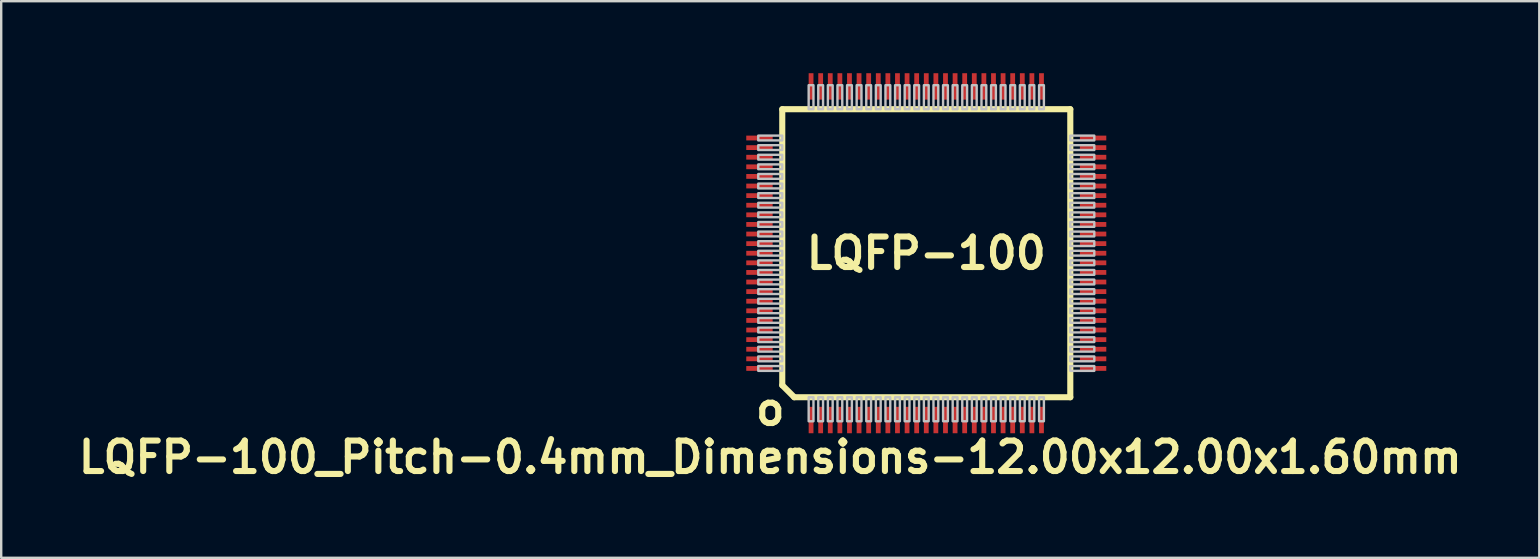
<source format=kicad_pcb>
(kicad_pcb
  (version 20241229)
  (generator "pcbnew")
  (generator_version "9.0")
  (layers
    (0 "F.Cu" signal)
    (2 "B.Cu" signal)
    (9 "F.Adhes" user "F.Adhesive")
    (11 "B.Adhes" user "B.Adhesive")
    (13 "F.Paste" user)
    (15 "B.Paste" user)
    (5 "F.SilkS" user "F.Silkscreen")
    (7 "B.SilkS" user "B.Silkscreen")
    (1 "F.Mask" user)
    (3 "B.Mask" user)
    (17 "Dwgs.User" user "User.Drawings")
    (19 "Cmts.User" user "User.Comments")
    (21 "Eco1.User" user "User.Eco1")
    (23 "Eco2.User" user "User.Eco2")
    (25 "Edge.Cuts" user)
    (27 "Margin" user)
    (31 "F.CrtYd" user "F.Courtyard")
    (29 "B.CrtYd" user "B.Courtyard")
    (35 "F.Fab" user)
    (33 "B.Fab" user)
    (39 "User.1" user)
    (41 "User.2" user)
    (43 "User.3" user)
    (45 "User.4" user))
  (footprint "LQFP-100_Pitch-0.4mm_Dimensions-12.00x12.00x1.60mm"
    (layer "F.Cu")
    (at 35.541 7.5)
    (property "Reference" "LQFP-100_Pitch-0.4mm_Dimensions-12.00x12.00x1.60mm" (at -6.5 8.5 0) (layer "F.SilkS") (effects (font (size 1.27 1.27) (thickness 0.254))))
    (attr smd)
    (fp_line (start -6 -6) (end 6 -6) (stroke (width 0.254) (type solid)) (layer "F.SilkS"))
    (fp_line (start -6 5.5) (end -6 -6) (stroke (width 0.254) (type solid)) (layer "F.SilkS"))
    (fp_line (start -6 5.5) (end -5.5 6) (stroke (width 0.254) (type solid)) (layer "F.SilkS"))
    (fp_line (start 6 -6) (end 6 6) (stroke (width 0.254) (type solid)) (layer "F.SilkS"))
    (fp_line (start 6 6) (end -5.5 6) (stroke (width 0.254) (type solid)) (layer "F.SilkS"))
    (fp_poly (pts (xy -7 -4.7) (xy -7 -4.9) (xy -6 -4.9) (xy -6 -4.7)) (stroke (width 0.1) (type solid)) (fill no) (layer "Dwgs.User"))
    (fp_poly (pts (xy -7 -4.3) (xy -7 -4.5) (xy -6 -4.5) (xy -6 -4.3)) (stroke (width 0.1) (type solid)) (fill no) (layer "Dwgs.User"))
    (fp_poly (pts (xy -7 -3.9) (xy -7 -4.1) (xy -6 -4.1) (xy -6 -3.9)) (stroke (width 0.1) (type solid)) (fill no) (layer "Dwgs.User"))
    (fp_poly (pts (xy -7 -3.5) (xy -7 -3.7) (xy -6 -3.7) (xy -6 -3.5)) (stroke (width 0.1) (type solid)) (fill no) (layer "Dwgs.User"))
    (fp_poly (pts (xy -7 -3.1) (xy -7 -3.3) (xy -6 -3.3) (xy -6 -3.1)) (stroke (width 0.1) (type solid)) (fill no) (layer "Dwgs.User"))
    (fp_poly (pts (xy -7 -2.7) (xy -7 -2.9) (xy -6 -2.9) (xy -6 -2.7)) (stroke (width 0.1) (type solid)) (fill no) (layer "Dwgs.User"))
    (fp_poly (pts (xy -7 -2.3) (xy -7 -2.5) (xy -6 -2.5) (xy -6 -2.3)) (stroke (width 0.1) (type solid)) (fill no) (layer "Dwgs.User"))
    (fp_poly (pts (xy -7 -1.9) (xy -7 -2.1) (xy -6 -2.1) (xy -6 -1.9)) (stroke (width 0.1) (type solid)) (fill no) (layer "Dwgs.User"))
    (fp_poly (pts (xy -7 -1.5) (xy -7 -1.7) (xy -6 -1.7) (xy -6 -1.5)) (stroke (width 0.1) (type solid)) (fill no) (layer "Dwgs.User"))
    (fp_poly (pts (xy -7 -1.1) (xy -7 -1.3) (xy -6 -1.3) (xy -6 -1.1)) (stroke (width 0.1) (type solid)) (fill no) (layer "Dwgs.User"))
    (fp_poly (pts (xy -7 -0.7) (xy -7 -0.9) (xy -6 -0.9) (xy -6 -0.7)) (stroke (width 0.1) (type solid)) (fill no) (layer "Dwgs.User"))
    (fp_poly (pts (xy -7 -0.3) (xy -7 -0.5) (xy -6 -0.5) (xy -6 -0.3)) (stroke (width 0.1) (type solid)) (fill no) (layer "Dwgs.User"))
    (fp_poly (pts (xy -7 0.1) (xy -7 -0.1) (xy -6 -0.1) (xy -6 0.1)) (stroke (width 0.1) (type solid)) (fill no) (layer "Dwgs.User"))
    (fp_poly (pts (xy -7 0.5) (xy -7 0.3) (xy -6 0.3) (xy -6 0.5)) (stroke (width 0.1) (type solid)) (fill no) (layer "Dwgs.User"))
    (fp_poly (pts (xy -7 0.9) (xy -7 0.7) (xy -6 0.7) (xy -6 0.9)) (stroke (width 0.1) (type solid)) (fill no) (layer "Dwgs.User"))
    (fp_poly (pts (xy -7 1.3) (xy -7 1.1) (xy -6 1.1) (xy -6 1.3)) (stroke (width 0.1) (type solid)) (fill no) (layer "Dwgs.User"))
    (fp_poly (pts (xy -7 1.7) (xy -7 1.5) (xy -6 1.5) (xy -6 1.7)) (stroke (width 0.1) (type solid)) (fill no) (layer "Dwgs.User"))
    (fp_poly (pts (xy -7 2.1) (xy -7 1.9) (xy -6 1.9) (xy -6 2.1)) (stroke (width 0.1) (type solid)) (fill no) (layer "Dwgs.User"))
    (fp_poly (pts (xy -7 2.5) (xy -7 2.3) (xy -6 2.3) (xy -6 2.5)) (stroke (width 0.1) (type solid)) (fill no) (layer "Dwgs.User"))
    (fp_poly (pts (xy -7 2.9) (xy -7 2.7) (xy -6 2.7) (xy -6 2.9)) (stroke (width 0.1) (type solid)) (fill no) (layer "Dwgs.User"))
    (fp_poly (pts (xy -7 3.3) (xy -7 3.1) (xy -6 3.1) (xy -6 3.3)) (stroke (width 0.1) (type solid)) (fill no) (layer "Dwgs.User"))
    (fp_poly (pts (xy -7 3.7) (xy -7 3.5) (xy -6 3.5) (xy -6 3.7)) (stroke (width 0.1) (type solid)) (fill no) (layer "Dwgs.User"))
    (fp_poly (pts (xy -7 4.1) (xy -7 3.9) (xy -6 3.9) (xy -6 4.1)) (stroke (width 0.1) (type solid)) (fill no) (layer "Dwgs.User"))
    (fp_poly (pts (xy -7 4.5) (xy -7 4.3) (xy -6 4.3) (xy -6 4.5)) (stroke (width 0.1) (type solid)) (fill no) (layer "Dwgs.User"))
    (fp_poly (pts (xy -7 4.9) (xy -7 4.7) (xy -6 4.7) (xy -6 4.9)) (stroke (width 0.1) (type solid)) (fill no) (layer "Dwgs.User"))
    (fp_poly (pts (xy -4.9 -7) (xy -4.7 -7) (xy -4.7 -6) (xy -4.9 -6)) (stroke (width 0.1) (type solid)) (fill no) (layer "Dwgs.User"))
    (fp_poly (pts (xy -4.7 7) (xy -4.9 7) (xy -4.9 6) (xy -4.7 6)) (stroke (width 0.1) (type solid)) (fill no) (layer "Dwgs.User"))
    (fp_poly (pts (xy -4.5 -7) (xy -4.3 -7) (xy -4.3 -6) (xy -4.5 -6)) (stroke (width 0.1) (type solid)) (fill no) (layer "Dwgs.User"))
    (fp_poly (pts (xy -4.3 7) (xy -4.5 7) (xy -4.5 6) (xy -4.3 6)) (stroke (width 0.1) (type solid)) (fill no) (layer "Dwgs.User"))
    (fp_poly (pts (xy -4.1 -7) (xy -3.9 -7) (xy -3.9 -6) (xy -4.1 -6)) (stroke (width 0.1) (type solid)) (fill no) (layer "Dwgs.User"))
    (fp_poly (pts (xy -3.9 7) (xy -4.1 7) (xy -4.1 6) (xy -3.9 6)) (stroke (width 0.1) (type solid)) (fill no) (layer "Dwgs.User"))
    (fp_poly (pts (xy -3.7 -7) (xy -3.5 -7) (xy -3.5 -6) (xy -3.7 -6)) (stroke (width 0.1) (type solid)) (fill no) (layer "Dwgs.User"))
    (fp_poly (pts (xy -3.5 7) (xy -3.7 7) (xy -3.7 6) (xy -3.5 6)) (stroke (width 0.1) (type solid)) (fill no) (layer "Dwgs.User"))
    (fp_poly (pts (xy -3.3 -7) (xy -3.1 -7) (xy -3.1 -6) (xy -3.3 -6)) (stroke (width 0.1) (type solid)) (fill no) (layer "Dwgs.User"))
    (fp_poly (pts (xy -3.1 7) (xy -3.3 7) (xy -3.3 6) (xy -3.1 6)) (stroke (width 0.1) (type solid)) (fill no) (layer "Dwgs.User"))
    (fp_poly (pts (xy -2.9 -7) (xy -2.7 -7) (xy -2.7 -6) (xy -2.9 -6)) (stroke (width 0.1) (type solid)) (fill no) (layer "Dwgs.User"))
    (fp_poly (pts (xy -2.7 7) (xy -2.9 7) (xy -2.9 6) (xy -2.7 6)) (stroke (width 0.1) (type solid)) (fill no) (layer "Dwgs.User"))
    (fp_poly (pts (xy -2.5 -7) (xy -2.3 -7) (xy -2.3 -6) (xy -2.5 -6)) (stroke (width 0.1) (type solid)) (fill no) (layer "Dwgs.User"))
    (fp_poly (pts (xy -2.3 7) (xy -2.5 7) (xy -2.5 6) (xy -2.3 6)) (stroke (width 0.1) (type solid)) (fill no) (layer "Dwgs.User"))
    (fp_poly (pts (xy -2.1 -7) (xy -1.9 -7) (xy -1.9 -6) (xy -2.1 -6)) (stroke (width 0.1) (type solid)) (fill no) (layer "Dwgs.User"))
    (fp_poly (pts (xy -1.9 7) (xy -2.1 7) (xy -2.1 6) (xy -1.9 6)) (stroke (width 0.1) (type solid)) (fill no) (layer "Dwgs.User"))
    (fp_poly (pts (xy -1.7 -7) (xy -1.5 -7) (xy -1.5 -6) (xy -1.7 -6)) (stroke (width 0.1) (type solid)) (fill no) (layer "Dwgs.User"))
    (fp_poly (pts (xy -1.5 7) (xy -1.7 7) (xy -1.7 6) (xy -1.5 6)) (stroke (width 0.1) (type solid)) (fill no) (layer "Dwgs.User"))
    (fp_poly (pts (xy -1.3 -7) (xy -1.1 -7) (xy -1.1 -6) (xy -1.3 -6)) (stroke (width 0.1) (type solid)) (fill no) (layer "Dwgs.User"))
    (fp_poly (pts (xy -1.1 7) (xy -1.3 7) (xy -1.3 6) (xy -1.1 6)) (stroke (width 0.1) (type solid)) (fill no) (layer "Dwgs.User"))
    (fp_poly (pts (xy -0.9 -7) (xy -0.7 -7) (xy -0.7 -6) (xy -0.9 -6)) (stroke (width 0.1) (type solid)) (fill no) (layer "Dwgs.User"))
    (fp_poly (pts (xy -0.7 7) (xy -0.9 7) (xy -0.9 6) (xy -0.7 6)) (stroke (width 0.1) (type solid)) (fill no) (layer "Dwgs.User"))
    (fp_poly (pts (xy -0.5 -7) (xy -0.3 -7) (xy -0.3 -6) (xy -0.5 -6)) (stroke (width 0.1) (type solid)) (fill no) (layer "Dwgs.User"))
    (fp_poly (pts (xy -0.3 7) (xy -0.5 7) (xy -0.5 6) (xy -0.3 6)) (stroke (width 0.1) (type solid)) (fill no) (layer "Dwgs.User"))
    (fp_poly (pts (xy -0.1 -7) (xy 0.1 -7) (xy 0.1 -6) (xy -0.1 -6)) (stroke (width 0.1) (type solid)) (fill no) (layer "Dwgs.User"))
    (fp_poly (pts (xy 0.1 7) (xy -0.1 7) (xy -0.1 6) (xy 0.1 6)) (stroke (width 0.1) (type solid)) (fill no) (layer "Dwgs.User"))
    (fp_poly (pts (xy 0.3 -7) (xy 0.5 -7) (xy 0.5 -6) (xy 0.3 -6)) (stroke (width 0.1) (type solid)) (fill no) (layer "Dwgs.User"))
    (fp_poly (pts (xy 0.5 7) (xy 0.3 7) (xy 0.3 6) (xy 0.5 6)) (stroke (width 0.1) (type solid)) (fill no) (layer "Dwgs.User"))
    (fp_poly (pts (xy 0.7 -7) (xy 0.9 -7) (xy 0.9 -6) (xy 0.7 -6)) (stroke (width 0.1) (type solid)) (fill no) (layer "Dwgs.User"))
    (fp_poly (pts (xy 0.9 7) (xy 0.7 7) (xy 0.7 6) (xy 0.9 6)) (stroke (width 0.1) (type solid)) (fill no) (layer "Dwgs.User"))
    (fp_poly (pts (xy 1.1 -7) (xy 1.3 -7) (xy 1.3 -6) (xy 1.1 -6)) (stroke (width 0.1) (type solid)) (fill no) (layer "Dwgs.User"))
    (fp_poly (pts (xy 1.3 7) (xy 1.1 7) (xy 1.1 6) (xy 1.3 6)) (stroke (width 0.1) (type solid)) (fill no) (layer "Dwgs.User"))
    (fp_poly (pts (xy 1.5 -7) (xy 1.7 -7) (xy 1.7 -6) (xy 1.5 -6)) (stroke (width 0.1) (type solid)) (fill no) (layer "Dwgs.User"))
    (fp_poly (pts (xy 1.7 7) (xy 1.5 7) (xy 1.5 6) (xy 1.7 6)) (stroke (width 0.1) (type solid)) (fill no) (layer "Dwgs.User"))
    (fp_poly (pts (xy 1.9 -7) (xy 2.1 -7) (xy 2.1 -6) (xy 1.9 -6)) (stroke (width 0.1) (type solid)) (fill no) (layer "Dwgs.User"))
    (fp_poly (pts (xy 2.1 7) (xy 1.9 7) (xy 1.9 6) (xy 2.1 6)) (stroke (width 0.1) (type solid)) (fill no) (layer "Dwgs.User"))
    (fp_poly (pts (xy 2.3 -7) (xy 2.5 -7) (xy 2.5 -6) (xy 2.3 -6)) (stroke (width 0.1) (type solid)) (fill no) (layer "Dwgs.User"))
    (fp_poly (pts (xy 2.5 7) (xy 2.3 7) (xy 2.3 6) (xy 2.5 6)) (stroke (width 0.1) (type solid)) (fill no) (layer "Dwgs.User"))
    (fp_poly (pts (xy 2.7 -7) (xy 2.9 -7) (xy 2.9 -6) (xy 2.7 -6)) (stroke (width 0.1) (type solid)) (fill no) (layer "Dwgs.User"))
    (fp_poly (pts (xy 2.9 7) (xy 2.7 7) (xy 2.7 6) (xy 2.9 6)) (stroke (width 0.1) (type solid)) (fill no) (layer "Dwgs.User"))
    (fp_poly (pts (xy 3.1 -7) (xy 3.3 -7) (xy 3.3 -6) (xy 3.1 -6)) (stroke (width 0.1) (type solid)) (fill no) (layer "Dwgs.User"))
    (fp_poly (pts (xy 3.3 7) (xy 3.1 7) (xy 3.1 6) (xy 3.3 6)) (stroke (width 0.1) (type solid)) (fill no) (layer "Dwgs.User"))
    (fp_poly (pts (xy 3.5 -7) (xy 3.7 -7) (xy 3.7 -6) (xy 3.5 -6)) (stroke (width 0.1) (type solid)) (fill no) (layer "Dwgs.User"))
    (fp_poly (pts (xy 3.7 7) (xy 3.5 7) (xy 3.5 6) (xy 3.7 6)) (stroke (width 0.1) (type solid)) (fill no) (layer "Dwgs.User"))
    (fp_poly (pts (xy 3.9 -7) (xy 4.1 -7) (xy 4.1 -6) (xy 3.9 -6)) (stroke (width 0.1) (type solid)) (fill no) (layer "Dwgs.User"))
    (fp_poly (pts (xy 4.1 7) (xy 3.9 7) (xy 3.9 6) (xy 4.1 6)) (stroke (width 0.1) (type solid)) (fill no) (layer "Dwgs.User"))
    (fp_poly (pts (xy 4.3 -7) (xy 4.5 -7) (xy 4.5 -6) (xy 4.3 -6)) (stroke (width 0.1) (type solid)) (fill no) (layer "Dwgs.User"))
    (fp_poly (pts (xy 4.5 7) (xy 4.3 7) (xy 4.3 6) (xy 4.5 6)) (stroke (width 0.1) (type solid)) (fill no) (layer "Dwgs.User"))
    (fp_poly (pts (xy 4.7 -7) (xy 4.9 -7) (xy 4.9 -6) (xy 4.7 -6)) (stroke (width 0.1) (type solid)) (fill no) (layer "Dwgs.User"))
    (fp_poly (pts (xy 4.9 7) (xy 4.7 7) (xy 4.7 6) (xy 4.9 6)) (stroke (width 0.1) (type solid)) (fill no) (layer "Dwgs.User"))
    (fp_poly (pts (xy 7 -4.9) (xy 7 -4.7) (xy 6 -4.7) (xy 6 -4.9)) (stroke (width 0.1) (type solid)) (fill no) (layer "Dwgs.User"))
    (fp_poly (pts (xy 7 -4.5) (xy 7 -4.3) (xy 6 -4.3) (xy 6 -4.5)) (stroke (width 0.1) (type solid)) (fill no) (layer "Dwgs.User"))
    (fp_poly (pts (xy 7 -4.1) (xy 7 -3.9) (xy 6 -3.9) (xy 6 -4.1)) (stroke (width 0.1) (type solid)) (fill no) (layer "Dwgs.User"))
    (fp_poly (pts (xy 7 -3.7) (xy 7 -3.5) (xy 6 -3.5) (xy 6 -3.7)) (stroke (width 0.1) (type solid)) (fill no) (layer "Dwgs.User"))
    (fp_poly (pts (xy 7 -3.3) (xy 7 -3.1) (xy 6 -3.1) (xy 6 -3.3)) (stroke (width 0.1) (type solid)) (fill no) (layer "Dwgs.User"))
    (fp_poly (pts (xy 7 -2.9) (xy 7 -2.7) (xy 6 -2.7) (xy 6 -2.9)) (stroke (width 0.1) (type solid)) (fill no) (layer "Dwgs.User"))
    (fp_poly (pts (xy 7 -2.5) (xy 7 -2.3) (xy 6 -2.3) (xy 6 -2.5)) (stroke (width 0.1) (type solid)) (fill no) (layer "Dwgs.User"))
    (fp_poly (pts (xy 7 -2.1) (xy 7 -1.9) (xy 6 -1.9) (xy 6 -2.1)) (stroke (width 0.1) (type solid)) (fill no) (layer "Dwgs.User"))
    (fp_poly (pts (xy 7 -1.7) (xy 7 -1.5) (xy 6 -1.5) (xy 6 -1.7)) (stroke (width 0.1) (type solid)) (fill no) (layer "Dwgs.User"))
    (fp_poly (pts (xy 7 -1.3) (xy 7 -1.1) (xy 6 -1.1) (xy 6 -1.3)) (stroke (width 0.1) (type solid)) (fill no) (layer "Dwgs.User"))
    (fp_poly (pts (xy 7 -0.9) (xy 7 -0.7) (xy 6 -0.7) (xy 6 -0.9)) (stroke (width 0.1) (type solid)) (fill no) (layer "Dwgs.User"))
    (fp_poly (pts (xy 7 -0.5) (xy 7 -0.3) (xy 6 -0.3) (xy 6 -0.5)) (stroke (width 0.1) (type solid)) (fill no) (layer "Dwgs.User"))
    (fp_poly (pts (xy 7 -0.1) (xy 7 0.1) (xy 6 0.1) (xy 6 -0.1)) (stroke (width 0.1) (type solid)) (fill no) (layer "Dwgs.User"))
    (fp_poly (pts (xy 7 0.3) (xy 7 0.5) (xy 6 0.5) (xy 6 0.3)) (stroke (width 0.1) (type solid)) (fill no) (layer "Dwgs.User"))
    (fp_poly (pts (xy 7 0.7) (xy 7 0.9) (xy 6 0.9) (xy 6 0.7)) (stroke (width 0.1) (type solid)) (fill no) (layer "Dwgs.User"))
    (fp_poly (pts (xy 7 1.1) (xy 7 1.3) (xy 6 1.3) (xy 6 1.1)) (stroke (width 0.1) (type solid)) (fill no) (layer "Dwgs.User"))
    (fp_poly (pts (xy 7 1.5) (xy 7 1.7) (xy 6 1.7) (xy 6 1.5)) (stroke (width 0.1) (type solid)) (fill no) (layer "Dwgs.User"))
    (fp_poly (pts (xy 7 1.9) (xy 7 2.1) (xy 6 2.1) (xy 6 1.9)) (stroke (width 0.1) (type solid)) (fill no) (layer "Dwgs.User"))
    (fp_poly (pts (xy 7 2.3) (xy 7 2.5) (xy 6 2.5) (xy 6 2.3)) (stroke (width 0.1) (type solid)) (fill no) (layer "Dwgs.User"))
    (fp_poly (pts (xy 7 2.7) (xy 7 2.9) (xy 6 2.9) (xy 6 2.7)) (stroke (width 0.1) (type solid)) (fill no) (layer "Dwgs.User"))
    (fp_poly (pts (xy 7 3.1) (xy 7 3.3) (xy 6 3.3) (xy 6 3.1)) (stroke (width 0.1) (type solid)) (fill no) (layer "Dwgs.User"))
    (fp_poly (pts (xy 7 3.5) (xy 7 3.7) (xy 6 3.7) (xy 6 3.5)) (stroke (width 0.1) (type solid)) (fill no) (layer "Dwgs.User"))
    (fp_poly (pts (xy 7 3.9) (xy 7 4.1) (xy 6 4.1) (xy 6 3.9)) (stroke (width 0.1) (type solid)) (fill no) (layer "Dwgs.User"))
    (fp_poly (pts (xy 7 4.3) (xy 7 4.5) (xy 6 4.5) (xy 6 4.3)) (stroke (width 0.1) (type solid)) (fill no) (layer "Dwgs.User"))
    (fp_poly (pts (xy 7 4.7) (xy 7 4.9) (xy 6 4.9) (xy 6 4.7)) (stroke (width 0.1) (type solid)) (fill no) (layer "Dwgs.User"))
    (fp_text user "LQFP-100" (at 0 0 0) (layer "F.SilkS") (effects (font (size 1.27 1.27) (thickness 0.254))))
    (fp_text user "o" (at -6.5 6.5 0) (layer "F.SilkS") (effects (font (size 1.27 1.27) (thickness 0.254))))
    (pad "1" smd rect (at -4.8 6.95) (size 0.2 1.1) (layers "F.Cu" "F.Mask" "F.Paste"))
    (pad "2" smd rect (at -4.4 6.95) (size 0.2 1.1) (layers "F.Cu" "F.Mask" "F.Paste"))
    (pad "3" smd rect (at -4 6.95) (size 0.2 1.1) (layers "F.Cu" "F.Mask" "F.Paste"))
    (pad "4" smd rect (at -3.6 6.95) (size 0.2 1.1) (layers "F.Cu" "F.Mask" "F.Paste"))
    (pad "5" smd rect (at -3.2 6.95) (size 0.2 1.1) (layers "F.Cu" "F.Mask" "F.Paste"))
    (pad "6" smd rect (at -2.8 6.95) (size 0.2 1.1) (layers "F.Cu" "F.Mask" "F.Paste"))
    (pad "7" smd rect (at -2.4 6.95) (size 0.2 1.1) (layers "F.Cu" "F.Mask" "F.Paste"))
    (pad "8" smd rect (at -2 6.95) (size 0.2 1.1) (layers "F.Cu" "F.Mask" "F.Paste"))
    (pad "9" smd rect (at -1.6 6.95) (size 0.2 1.1) (layers "F.Cu" "F.Mask" "F.Paste"))
    (pad "10" smd rect (at -1.2 6.95) (size 0.2 1.1) (layers "F.Cu" "F.Mask" "F.Paste"))
    (pad "11" smd rect (at -0.8 6.95) (size 0.2 1.1) (layers "F.Cu" "F.Mask" "F.Paste"))
    (pad "12" smd rect (at -0.4 6.95) (size 0.2 1.1) (layers "F.Cu" "F.Mask" "F.Paste"))
    (pad "13" smd rect (at 0 6.95) (size 0.2 1.1) (layers "F.Cu" "F.Mask" "F.Paste"))
    (pad "14" smd rect (at 0.4 6.95) (size 0.2 1.1) (layers "F.Cu" "F.Mask" "F.Paste"))
    (pad "15" smd rect (at 0.8 6.95) (size 0.2 1.1) (layers "F.Cu" "F.Mask" "F.Paste"))
    (pad "16" smd rect (at 1.2 6.95) (size 0.2 1.1) (layers "F.Cu" "F.Mask" "F.Paste"))
    (pad "17" smd rect (at 1.6 6.95) (size 0.2 1.1) (layers "F.Cu" "F.Mask" "F.Paste"))
    (pad "18" smd rect (at 2 6.95) (size 0.2 1.1) (layers "F.Cu" "F.Mask" "F.Paste"))
    (pad "19" smd rect (at 2.4 6.95) (size 0.2 1.1) (layers "F.Cu" "F.Mask" "F.Paste"))
    (pad "20" smd rect (at 2.8 6.95) (size 0.2 1.1) (layers "F.Cu" "F.Mask" "F.Paste"))
    (pad "21" smd rect (at 3.2 6.95) (size 0.2 1.1) (layers "F.Cu" "F.Mask" "F.Paste"))
    (pad "22" smd rect (at 3.6 6.95) (size 0.2 1.1) (layers "F.Cu" "F.Mask" "F.Paste"))
    (pad "23" smd rect (at 4 6.95) (size 0.2 1.1) (layers "F.Cu" "F.Mask" "F.Paste"))
    (pad "24" smd rect (at 4.4 6.95) (size 0.2 1.1) (layers "F.Cu" "F.Mask" "F.Paste"))
    (pad "25" smd rect (at 4.8 6.95) (size 0.2 1.1) (layers "F.Cu" "F.Mask" "F.Paste"))
    (pad "26" smd rect (at 6.95 4.8 90) (size 0.2 1.1) (layers "F.Cu" "F.Mask" "F.Paste"))
    (pad "27" smd rect (at 6.95 4.4 90) (size 0.2 1.1) (layers "F.Cu" "F.Mask" "F.Paste"))
    (pad "28" smd rect (at 6.95 4 90) (size 0.2 1.1) (layers "F.Cu" "F.Mask" "F.Paste"))
    (pad "29" smd rect (at 6.95 3.6 90) (size 0.2 1.1) (layers "F.Cu" "F.Mask" "F.Paste"))
    (pad "30" smd rect (at 6.95 3.2 90) (size 0.2 1.1) (layers "F.Cu" "F.Mask" "F.Paste"))
    (pad "31" smd rect (at 6.95 2.8 90) (size 0.2 1.1) (layers "F.Cu" "F.Mask" "F.Paste"))
    (pad "32" smd rect (at 6.95 2.4 90) (size 0.2 1.1) (layers "F.Cu" "F.Mask" "F.Paste"))
    (pad "33" smd rect (at 6.95 2 90) (size 0.2 1.1) (layers "F.Cu" "F.Mask" "F.Paste"))
    (pad "34" smd rect (at 6.95 1.6 90) (size 0.2 1.1) (layers "F.Cu" "F.Mask" "F.Paste"))
    (pad "35" smd rect (at 6.95 1.2 90) (size 0.2 1.1) (layers "F.Cu" "F.Mask" "F.Paste"))
    (pad "36" smd rect (at 6.95 0.8 90) (size 0.2 1.1) (layers "F.Cu" "F.Mask" "F.Paste"))
    (pad "37" smd rect (at 6.95 0.4 90) (size 0.2 1.1) (layers "F.Cu" "F.Mask" "F.Paste"))
    (pad "38" smd rect (at 6.95 0 90) (size 0.2 1.1) (layers "F.Cu" "F.Mask" "F.Paste"))
    (pad "39" smd rect (at 6.95 -0.4 90) (size 0.2 1.1) (layers "F.Cu" "F.Mask" "F.Paste"))
    (pad "40" smd rect (at 6.95 -0.8 90) (size 0.2 1.1) (layers "F.Cu" "F.Mask" "F.Paste"))
    (pad "41" smd rect (at 6.95 -1.2 90) (size 0.2 1.1) (layers "F.Cu" "F.Mask" "F.Paste"))
    (pad "42" smd rect (at 6.95 -1.6 90) (size 0.2 1.1) (layers "F.Cu" "F.Mask" "F.Paste"))
    (pad "43" smd rect (at 6.95 -2 90) (size 0.2 1.1) (layers "F.Cu" "F.Mask" "F.Paste"))
    (pad "44" smd rect (at 6.95 -2.4 90) (size 0.2 1.1) (layers "F.Cu" "F.Mask" "F.Paste"))
    (pad "45" smd rect (at 6.95 -2.8 90) (size 0.2 1.1) (layers "F.Cu" "F.Mask" "F.Paste"))
    (pad "46" smd rect (at 6.95 -3.2 90) (size 0.2 1.1) (layers "F.Cu" "F.Mask" "F.Paste"))
    (pad "47" smd rect (at 6.95 -3.6 90) (size 0.2 1.1) (layers "F.Cu" "F.Mask" "F.Paste"))
    (pad "48" smd rect (at 6.95 -4 90) (size 0.2 1.1) (layers "F.Cu" "F.Mask" "F.Paste"))
    (pad "49" smd rect (at 6.95 -4.4 90) (size 0.2 1.1) (layers "F.Cu" "F.Mask" "F.Paste"))
    (pad "50" smd rect (at 6.95 -4.8 90) (size 0.2 1.1) (layers "F.Cu" "F.Mask" "F.Paste"))
    (pad "51" smd rect (at 4.8 -6.95) (size 0.2 1.1) (layers "F.Cu" "F.Mask" "F.Paste"))
    (pad "52" smd rect (at 4.4 -6.95) (size 0.2 1.1) (layers "F.Cu" "F.Mask" "F.Paste"))
    (pad "53" smd rect (at 4 -6.95) (size 0.2 1.1) (layers "F.Cu" "F.Mask" "F.Paste"))
    (pad "54" smd rect (at 3.6 -6.95) (size 0.2 1.1) (layers "F.Cu" "F.Mask" "F.Paste"))
    (pad "55" smd rect (at 3.2 -6.95) (size 0.2 1.1) (layers "F.Cu" "F.Mask" "F.Paste"))
    (pad "56" smd rect (at 2.8 -6.95) (size 0.2 1.1) (layers "F.Cu" "F.Mask" "F.Paste"))
    (pad "57" smd rect (at 2.4 -6.95) (size 0.2 1.1) (layers "F.Cu" "F.Mask" "F.Paste"))
    (pad "58" smd rect (at 2 -6.95) (size 0.2 1.1) (layers "F.Cu" "F.Mask" "F.Paste"))
    (pad "59" smd rect (at 1.6 -6.95) (size 0.2 1.1) (layers "F.Cu" "F.Mask" "F.Paste"))
    (pad "60" smd rect (at 1.2 -6.95) (size 0.2 1.1) (layers "F.Cu" "F.Mask" "F.Paste"))
    (pad "61" smd rect (at 0.8 -6.95) (size 0.2 1.1) (layers "F.Cu" "F.Mask" "F.Paste"))
    (pad "62" smd rect (at 0.4 -6.95) (size 0.2 1.1) (layers "F.Cu" "F.Mask" "F.Paste"))
    (pad "63" smd rect (at 0 -6.95) (size 0.2 1.1) (layers "F.Cu" "F.Mask" "F.Paste"))
    (pad "64" smd rect (at -0.4 -6.95) (size 0.2 1.1) (layers "F.Cu" "F.Mask" "F.Paste"))
    (pad "65" smd rect (at -0.8 -6.95) (size 0.2 1.1) (layers "F.Cu" "F.Mask" "F.Paste"))
    (pad "66" smd rect (at -1.2 -6.95) (size 0.2 1.1) (layers "F.Cu" "F.Mask" "F.Paste"))
    (pad "67" smd rect (at -1.6 -6.95) (size 0.2 1.1) (layers "F.Cu" "F.Mask" "F.Paste"))
    (pad "68" smd rect (at -2 -6.95) (size 0.2 1.1) (layers "F.Cu" "F.Mask" "F.Paste"))
    (pad "69" smd rect (at -2.4 -6.95) (size 0.2 1.1) (layers "F.Cu" "F.Mask" "F.Paste"))
    (pad "70" smd rect (at -2.8 -6.95) (size 0.2 1.1) (layers "F.Cu" "F.Mask" "F.Paste"))
    (pad "71" smd rect (at -3.2 -6.95) (size 0.2 1.1) (layers "F.Cu" "F.Mask" "F.Paste"))
    (pad "72" smd rect (at -3.6 -6.95) (size 0.2 1.1) (layers "F.Cu" "F.Mask" "F.Paste"))
    (pad "73" smd rect (at -4 -6.95) (size 0.2 1.1) (layers "F.Cu" "F.Mask" "F.Paste"))
    (pad "74" smd rect (at -4.4 -6.95) (size 0.2 1.1) (layers "F.Cu" "F.Mask" "F.Paste"))
    (pad "75" smd rect (at -4.8 -6.95) (size 0.2 1.1) (layers "F.Cu" "F.Mask" "F.Paste"))
    (pad "76" smd rect (at -6.95 -4.8 90) (size 0.2 1.1) (layers "F.Cu" "F.Mask" "F.Paste"))
    (pad "77" smd rect (at -6.95 -4.4 90) (size 0.2 1.1) (layers "F.Cu" "F.Mask" "F.Paste"))
    (pad "78" smd rect (at -6.95 -4 90) (size 0.2 1.1) (layers "F.Cu" "F.Mask" "F.Paste"))
    (pad "79" smd rect (at -6.95 -3.6 90) (size 0.2 1.1) (layers "F.Cu" "F.Mask" "F.Paste"))
    (pad "80" smd rect (at -6.95 -3.2 90) (size 0.2 1.1) (layers "F.Cu" "F.Mask" "F.Paste"))
    (pad "81" smd rect (at -6.95 -2.8 90) (size 0.2 1.1) (layers "F.Cu" "F.Mask" "F.Paste"))
    (pad "82" smd rect (at -6.95 -2.4 90) (size 0.2 1.1) (layers "F.Cu" "F.Mask" "F.Paste"))
    (pad "83" smd rect (at -6.95 -2 90) (size 0.2 1.1) (layers "F.Cu" "F.Mask" "F.Paste"))
    (pad "84" smd rect (at -6.95 -1.6 90) (size 0.2 1.1) (layers "F.Cu" "F.Mask" "F.Paste"))
    (pad "85" smd rect (at -6.95 -1.2 90) (size 0.2 1.1) (layers "F.Cu" "F.Mask" "F.Paste"))
    (pad "86" smd rect (at -6.95 -0.8 90) (size 0.2 1.1) (layers "F.Cu" "F.Mask" "F.Paste"))
    (pad "87" smd rect (at -6.95 -0.4 90) (size 0.2 1.1) (layers "F.Cu" "F.Mask" "F.Paste"))
    (pad "88" smd rect (at -6.95 0 90) (size 0.2 1.1) (layers "F.Cu" "F.Mask" "F.Paste"))
    (pad "89" smd rect (at -6.95 0.4 90) (size 0.2 1.1) (layers "F.Cu" "F.Mask" "F.Paste"))
    (pad "90" smd rect (at -6.95 0.8 90) (size 0.2 1.1) (layers "F.Cu" "F.Mask" "F.Paste"))
    (pad "91" smd rect (at -6.95 1.2 90) (size 0.2 1.1) (layers "F.Cu" "F.Mask" "F.Paste"))
    (pad "92" smd rect (at -6.95 1.6 90) (size 0.2 1.1) (layers "F.Cu" "F.Mask" "F.Paste"))
    (pad "93" smd rect (at -6.95 2 90) (size 0.2 1.1) (layers "F.Cu" "F.Mask" "F.Paste"))
    (pad "94" smd rect (at -6.95 2.4 90) (size 0.2 1.1) (layers "F.Cu" "F.Mask" "F.Paste"))
    (pad "95" smd rect (at -6.95 2.8 90) (size 0.2 1.1) (layers "F.Cu" "F.Mask" "F.Paste"))
    (pad "96" smd rect (at -6.95 3.2 90) (size 0.2 1.1) (layers "F.Cu" "F.Mask" "F.Paste"))
    (pad "97" smd rect (at -6.95 3.6 90) (size 0.2 1.1) (layers "F.Cu" "F.Mask" "F.Paste"))
    (pad "98" smd rect (at -6.95 4 90) (size 0.2 1.1) (layers "F.Cu" "F.Mask" "F.Paste"))
    (pad "99" smd rect (at -6.95 4.4 90) (size 0.2 1.1) (layers "F.Cu" "F.Mask" "F.Paste"))
    (pad "100" smd rect (at -6.95 4.8 90) (size 0.2 1.1) (layers "F.Cu" "F.Mask" "F.Paste")))
  (gr_rect
    (start -3 -3)
    (end 61.081 20.189)
    (stroke (width 0.1) (type default))
    (fill no)
    (layer "Edge.Cuts")))
</source>
